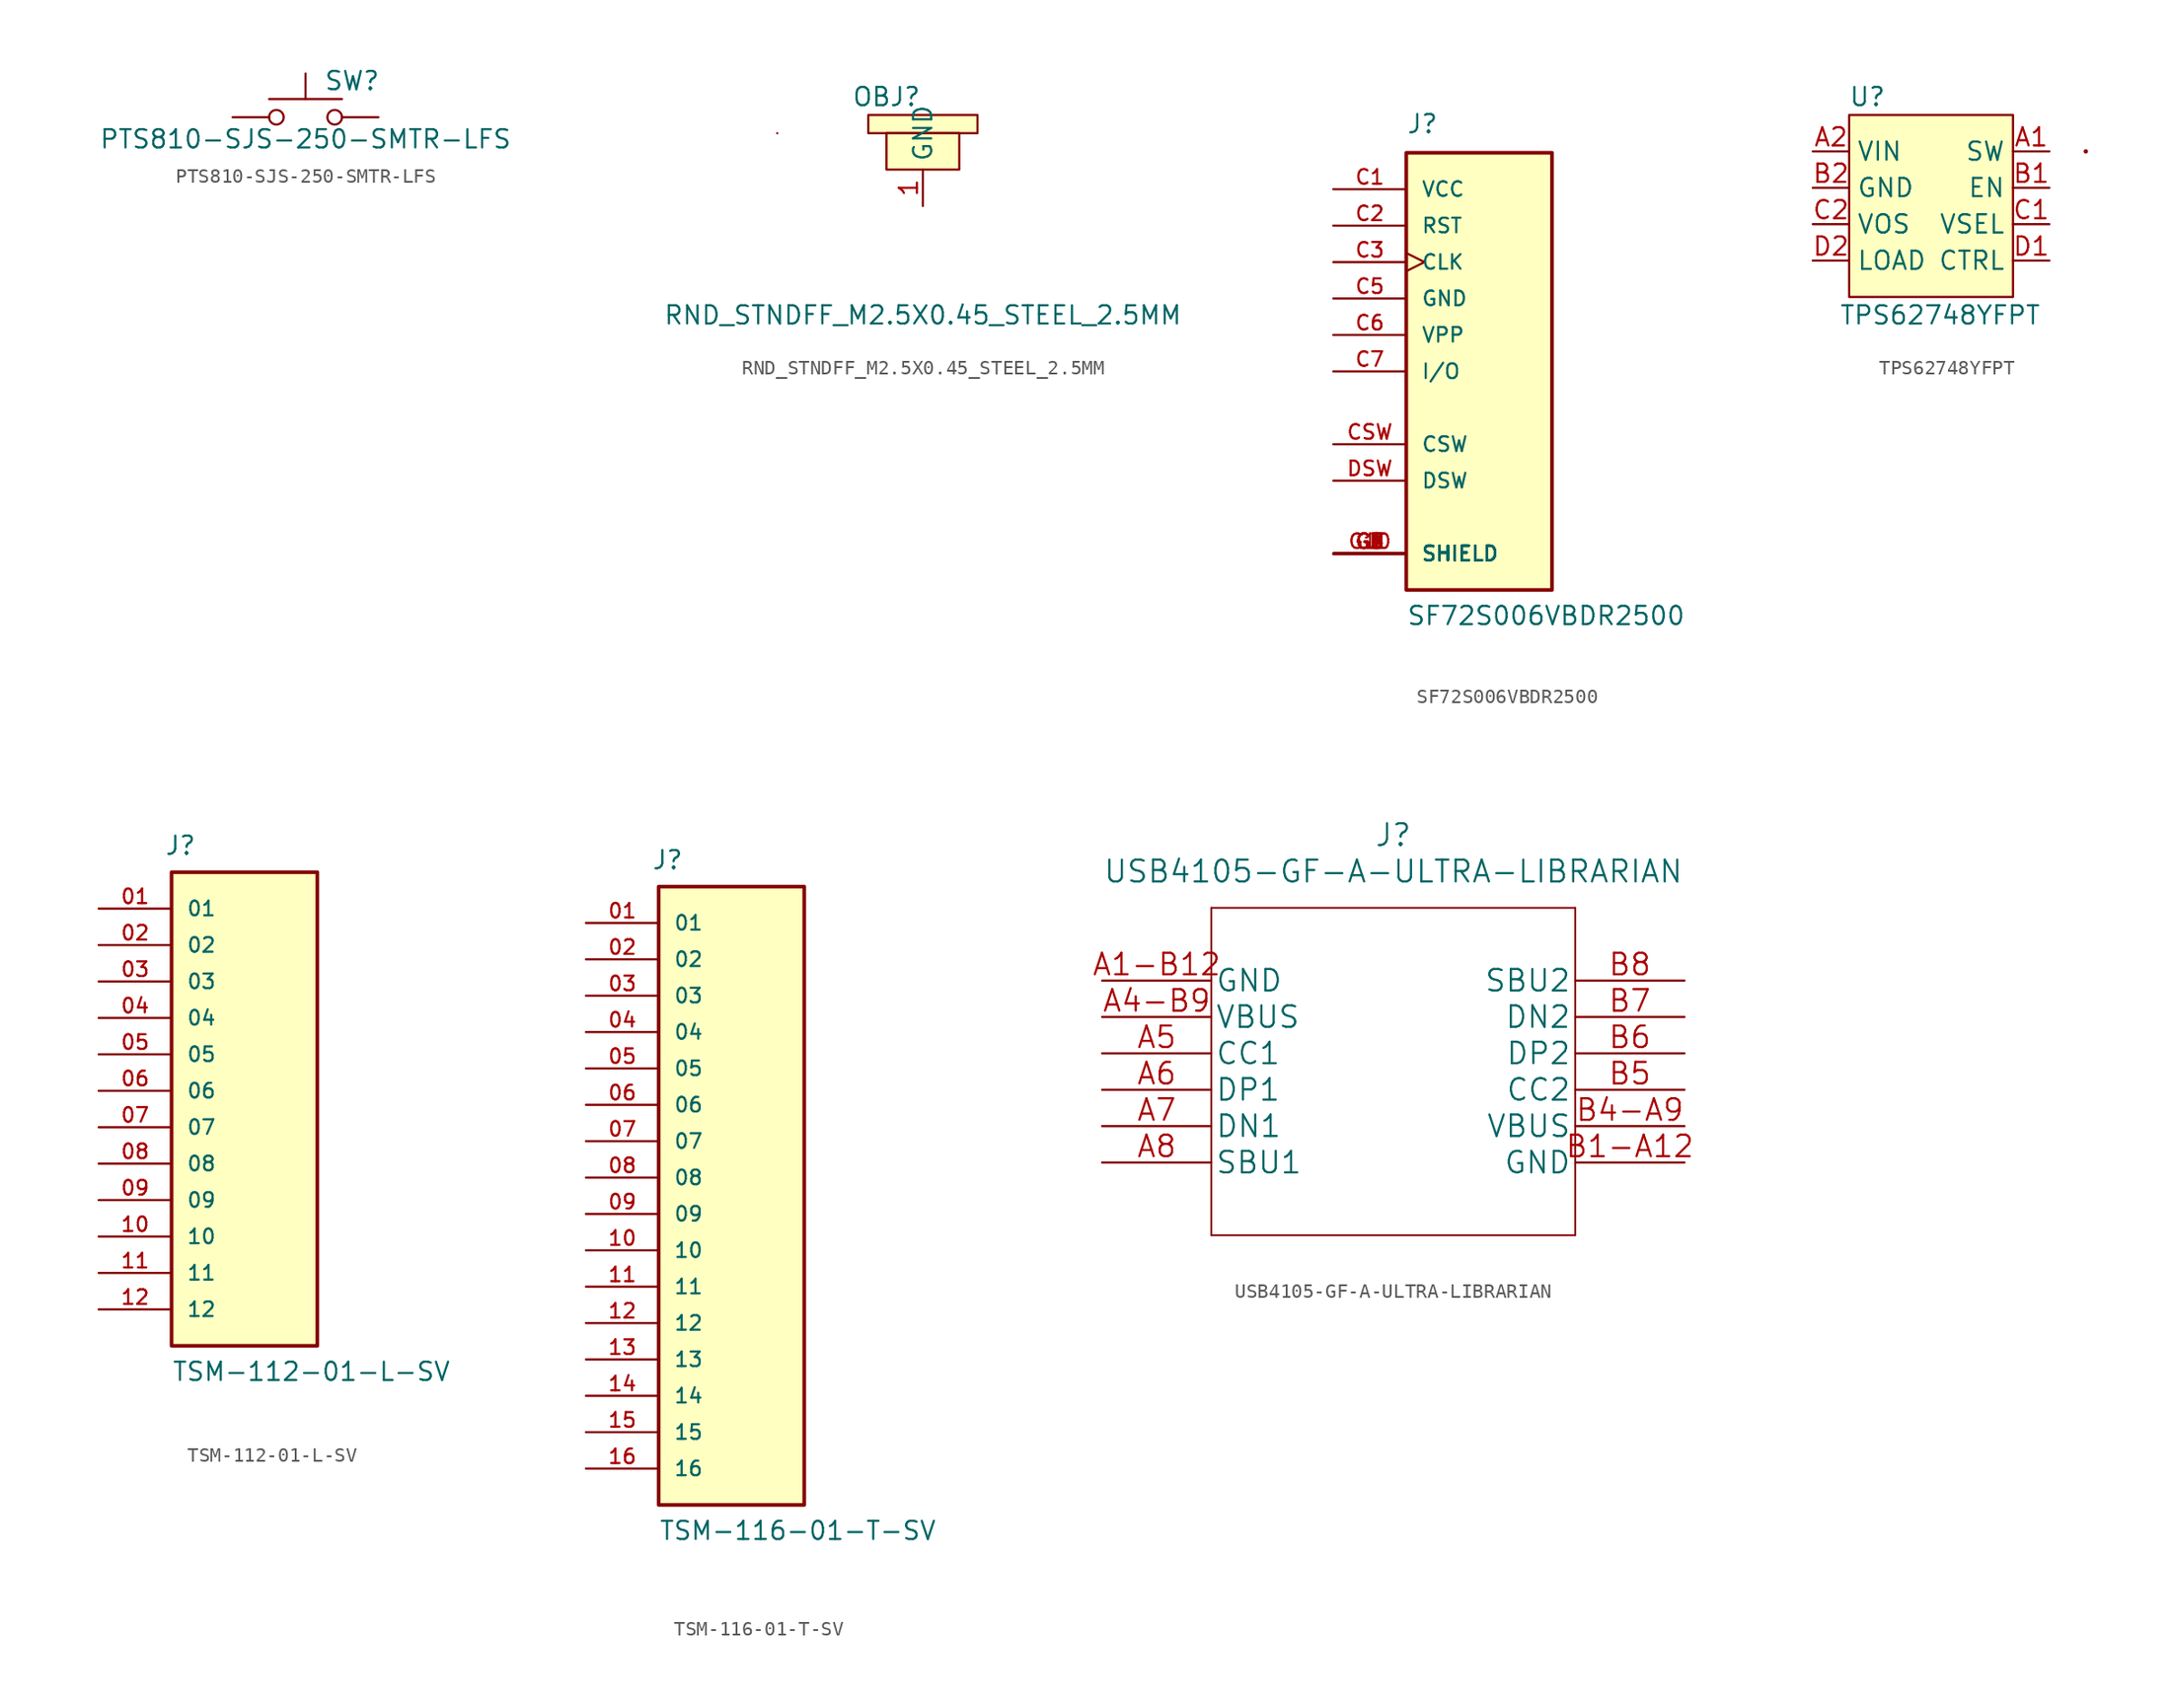
<source format=kicad_sym>
(kicad_symbol_lib
  (version 20211014)
  (generator kicad_symbol_editor)
  (symbol "PTS810-SJS-250-SMTR-LFS"
    (pin_numbers hide)
    (pin_names
      (offset 1.016) hide)
    (property "Reference" "SW"
      (at 1.27 2.54 0)
      (effects (font (size 1.27 1.27)) (justify left)))
    (property "Value" "PTS810-SJS-250-SMTR-LFS"
      (at 0 -1.524 0)
      (effects (font (size 1.27 1.27))))
    (symbol "PTS810-SJS-250-SMTR-LFS_0_1"
      (circle (center -2.032 0) (radius 0.508) (stroke (width 0) (type default) (color 0 0 0 0)) (fill (type none)))
      (polyline (pts (xy 0 1.27) (xy 0 3.048)) (stroke (width 0) (type default) (color 0 0 0 0)) (fill (type none)))
      (polyline (pts (xy 2.54 1.27) (xy -2.54 1.27)) (stroke (width 0) (type default) (color 0 0 0 0)) (fill (type none)))
      (circle (center 2.032 0) (radius 0.508) (stroke (width 0) (type default) (color 0 0 0 0)) (fill (type none)))
      (pin passive line (at -5.08 0 0) (length 2.54) (name "1" (effects (font (size 1.27 1.27)))) (number "1" (effects (font (size 1.27 1.27)))))
      (pin passive line (at -5.08 0 0) (length 2.54) hide (name "2" (effects (font (size 1.27 1.27)))) (number "2" (effects (font (size 1.27 1.27)))))
      (pin passive line (at 5.08 0 180) (length 2.54) (name "3" (effects (font (size 1.27 1.27)))) (number "3" (effects (font (size 1.27 1.27)))))
      (pin passive line (at 5.08 0 180) (length 2.54) hide (name "4" (effects (font (size 1.27 1.27)))) (number "4" (effects (font (size 1.27 1.27)))))))
  (symbol "RND_STNDFF_M2.5X0.45_STEEL_2.5MM"
    (property "Reference" "OBJ"
      (at -2.54 5.08 0)
      (effects (font (size 1.27 1.27))))
    (property "Value" "RND_STNDFF_M2.5X0.45_STEEL_2.5MM"
      (at 0 -10.16 0)
      (effects (font (size 1.27 1.27))))
    (symbol "RND_STNDFF_M2.5X0.45_STEEL_2.5MM_0_1"
      (rectangle (start -10.16 2.54) (end -10.16 2.54) (stroke (width 0) (type default) (color 0 0 0 0)) (fill (type none)))
      (rectangle (start -3.81 3.81) (end 3.81 2.54) (stroke (width 0) (type default) (color 0 0 0 0)) (fill (type background)))
      (rectangle (start -2.54 2.54) (end 2.54 0) (stroke (width 0) (type default) (color 0 0 0 0)) (fill (type background))))
    (symbol "RND_STNDFF_M2.5X0.45_STEEL_2.5MM_1_1"
      (pin passive line (at 0 -2.54 90) (length 2.54) (name "GND" (effects (font (size 1.27 1.27)))) (number "1" (effects (font (size 1.27 1.27)))))))
  (symbol "SF72S006VBDR2500"
    (pin_names
      (offset 1.016))
    (property "Reference" "J"
      (at -5.08 16.51 0)
      (effects (font (size 1.27 1.27)) (justify left bottom)))
    (property "Value" "SF72S006VBDR2500"
      (at -5.08 -17.78 0)
      (effects (font (size 1.27 1.27)) (justify left bottom)))
    (property "ki_locked" ""
      (at 0 0 0)
      (effects (font (size 1.27 1.27))))
    (symbol "SF72S006VBDR2500_0_0"
      (rectangle (start -5.08 -15.24) (end 5.08 15.24) (stroke (width 0.254) (type default) (color 0 0 0 0)) (fill (type background)))
      (pin power_in line (at -10.16 12.7 0) (length 5.08) (name "VCC" (effects (font (size 1.016 1.016)))) (number "C1" (effects (font (size 1.016 1.016)))))
      (pin bidirectional line (at -10.16 10.16 0) (length 5.08) (name "RST" (effects (font (size 1.016 1.016)))) (number "C2" (effects (font (size 1.016 1.016)))))
      (pin bidirectional clock (at -10.16 7.62 0) (length 5.08) (name "CLK" (effects (font (size 1.016 1.016)))) (number "C3" (effects (font (size 1.016 1.016)))))
      (pin power_in line (at -10.16 5.08 0) (length 5.08) (name "GND" (effects (font (size 1.016 1.016)))) (number "C5" (effects (font (size 1.016 1.016)))))
      (pin power_in line (at -10.16 2.54 0) (length 5.08) (name "VPP" (effects (font (size 1.016 1.016)))) (number "C6" (effects (font (size 1.016 1.016)))))
      (pin bidirectional line (at -10.16 0 0) (length 5.08) (name "I/O" (effects (font (size 1.016 1.016)))) (number "C7" (effects (font (size 1.016 1.016)))))
      (pin bidirectional line (at -10.16 -5.08 0) (length 5.08) (name "CSW" (effects (font (size 1.016 1.016)))) (number "CSW" (effects (font (size 1.016 1.016)))))
      (pin bidirectional line (at -10.16 -7.62 0) (length 5.08) (name "DSW" (effects (font (size 1.016 1.016)))) (number "DSW" (effects (font (size 1.016 1.016)))))
      (pin passive line (at -10.16 -12.7 0) (length 5.08) (name "SHIELD" (effects (font (size 1.016 1.016)))) (number "G1" (effects (font (size 1.016 1.016)))))
      (pin passive line (at -10.16 -12.7 0) (length 5.08) (name "SHIELD" (effects (font (size 1.016 1.016)))) (number "G10" (effects (font (size 1.016 1.016)))))
      (pin passive line (at -10.16 -12.7 0) (length 5.08) (name "SHIELD" (effects (font (size 1.016 1.016)))) (number "G2" (effects (font (size 1.016 1.016)))))
      (pin passive line (at -10.16 -12.7 0) (length 5.08) (name "SHIELD" (effects (font (size 1.016 1.016)))) (number "G3" (effects (font (size 1.016 1.016)))))
      (pin passive line (at -10.16 -12.7 0) (length 5.08) (name "SHIELD" (effects (font (size 1.016 1.016)))) (number "G4" (effects (font (size 1.016 1.016)))))
      (pin passive line (at -10.16 -12.7 0) (length 5.08) (name "SHIELD" (effects (font (size 1.016 1.016)))) (number "G5" (effects (font (size 1.016 1.016)))))
      (pin passive line (at -10.16 -12.7 0) (length 5.08) (name "SHIELD" (effects (font (size 1.016 1.016)))) (number "G6" (effects (font (size 1.016 1.016)))))
      (pin passive line (at -10.16 -12.7 0) (length 5.08) (name "SHIELD" (effects (font (size 1.016 1.016)))) (number "G7" (effects (font (size 1.016 1.016)))))
      (pin passive line (at -10.16 -12.7 0) (length 5.08) (name "SHIELD" (effects (font (size 1.016 1.016)))) (number "G8" (effects (font (size 1.016 1.016)))))
      (pin passive line (at -10.16 -12.7 0) (length 5.08) (name "SHIELD" (effects (font (size 1.016 1.016)))) (number "G9" (effects (font (size 1.016 1.016)))))))
  (symbol "TPS62748YFPT"
    (property "Reference" "U"
      (at -5.08 6.35 0)
      (effects (font (size 1.27 1.27))))
    (property "Value" "TPS62748YFPT"
      (at 0 -8.89 0)
      (effects (font (size 1.27 1.27))))
    (symbol "TPS62748YFPT_0_1"
      (rectangle (start -6.35 5.08) (end 5.08 -7.62) (stroke (width 0) (type default) (color 0 0 0 0)) (fill (type background)))
      (rectangle (start 10.16 2.54) (end 10.16 2.54) (stroke (width 0) (type default) (color 0 0 0 0)) (fill (type none)))
      (rectangle (start 10.16 2.54) (end 10.16 2.54) (stroke (width 0) (type default) (color 0 0 0 0)) (fill (type none)))
      (rectangle (start 10.16 2.54) (end 10.16 2.54) (stroke (width 0) (type default) (color 0 0 0 0)) (fill (type none)))
      (rectangle (start 10.16 2.54) (end 10.16 2.54) (stroke (width 0) (type default) (color 0 0 0 0)) (fill (type none)))
      (rectangle (start 10.16 2.54) (end 10.16 2.54) (stroke (width 0) (type default) (color 0 0 0 0)) (fill (type none)))
      (rectangle (start 10.16 2.54) (end 10.16 2.54) (stroke (width 0) (type default) (color 0 0 0 0)) (fill (type none)))
      (rectangle (start 10.16 2.54) (end 10.16 2.54) (stroke (width 0) (type default) (color 0 0 0 0)) (fill (type none)))
      (rectangle (start 10.16 2.54) (end 10.16 2.54) (stroke (width 0) (type default) (color 0 0 0 0)) (fill (type none)))
      (rectangle (start 10.16 2.54) (end 10.16 2.54) (stroke (width 0) (type default) (color 0 0 0 0)) (fill (type none)))
      (rectangle (start 10.16 2.54) (end 10.16 2.54) (stroke (width 0) (type default) (color 0 0 0 0)) (fill (type none)))
      (rectangle (start 10.16 2.54) (end 10.16 2.54) (stroke (width 0) (type default) (color 0 0 0 0)) (fill (type none)))
      (rectangle (start 10.16 2.54) (end 10.16 2.54) (stroke (width 0) (type default) (color 0 0 0 0)) (fill (type none)))
      (rectangle (start 10.16 2.54) (end 10.16 2.54) (stroke (width 0) (type default) (color 0 0 0 0)) (fill (type none)))
      (circle (center 10.16 2.54) (radius 0.0001) (stroke (width 0) (type default) (color 0 0 0 0)) (fill (type none))))
    (symbol "TPS62748YFPT_1_1"
      (pin input line (at 7.62 2.54 180) (length 2.54) (name "SW" (effects (font (size 1.27 1.27)))) (number "A1" (effects (font (size 1.27 1.27)))))
      (pin input line (at -8.89 2.54 0) (length 2.54) (name "VIN" (effects (font (size 1.27 1.27)))) (number "A2" (effects (font (size 1.27 1.27)))))
      (pin input line (at 7.62 0 180) (length 2.54) (name "EN" (effects (font (size 1.27 1.27)))) (number "B1" (effects (font (size 1.27 1.27)))))
      (pin input line (at -8.89 0 0) (length 2.54) (name "GND" (effects (font (size 1.27 1.27)))) (number "B2" (effects (font (size 1.27 1.27)))))
      (pin input line (at 7.62 -2.54 180) (length 2.54) (name "VSEL" (effects (font (size 1.27 1.27)))) (number "C1" (effects (font (size 1.27 1.27)))))
      (pin input line (at -8.89 -2.54 0) (length 2.54) (name "VOS" (effects (font (size 1.27 1.27)))) (number "C2" (effects (font (size 1.27 1.27)))))
      (pin input line (at 7.62 -5.08 180) (length 2.54) (name "CTRL" (effects (font (size 1.27 1.27)))) (number "D1" (effects (font (size 1.27 1.27)))))
      (pin input line (at -8.89 -5.08 0) (length 2.54) (name "LOAD" (effects (font (size 1.27 1.27)))) (number "D2" (effects (font (size 1.27 1.27)))))))
  (symbol "TSM-112-01-L-SV"
    (pin_names
      (offset 1.016))
    (property "Reference" "J"
      (at -5.588 16.358 0)
      (effects (font (size 1.27 1.27)) (justify left bottom)))
    (property "Value" "TSM-112-01-L-SV"
      (at -5.08 -20.32 0)
      (effects (font (size 1.27 1.27)) (justify left bottom)))
    (symbol "TSM-112-01-L-SV_0_0"
      (rectangle (start -5.08 -17.78) (end 5.08 15.24) (stroke (width 0.254) (type default) (color 0 0 0 0)) (fill (type background)))
      (pin passive line (at -10.16 12.7 0) (length 5.08) (name "01" (effects (font (size 1.016 1.016)))) (number "01" (effects (font (size 1.016 1.016)))))
      (pin passive line (at -10.16 10.16 0) (length 5.08) (name "02" (effects (font (size 1.016 1.016)))) (number "02" (effects (font (size 1.016 1.016)))))
      (pin passive line (at -10.16 7.62 0) (length 5.08) (name "03" (effects (font (size 1.016 1.016)))) (number "03" (effects (font (size 1.016 1.016)))))
      (pin passive line (at -10.16 5.08 0) (length 5.08) (name "04" (effects (font (size 1.016 1.016)))) (number "04" (effects (font (size 1.016 1.016)))))
      (pin passive line (at -10.16 2.54 0) (length 5.08) (name "05" (effects (font (size 1.016 1.016)))) (number "05" (effects (font (size 1.016 1.016)))))
      (pin passive line (at -10.16 0 0) (length 5.08) (name "06" (effects (font (size 1.016 1.016)))) (number "06" (effects (font (size 1.016 1.016)))))
      (pin passive line (at -10.16 -2.54 0) (length 5.08) (name "07" (effects (font (size 1.016 1.016)))) (number "07" (effects (font (size 1.016 1.016)))))
      (pin passive line (at -10.16 -5.08 0) (length 5.08) (name "08" (effects (font (size 1.016 1.016)))) (number "08" (effects (font (size 1.016 1.016)))))
      (pin passive line (at -10.16 -7.62 0) (length 5.08) (name "09" (effects (font (size 1.016 1.016)))) (number "09" (effects (font (size 1.016 1.016)))))
      (pin passive line (at -10.16 -10.16 0) (length 5.08) (name "10" (effects (font (size 1.016 1.016)))) (number "10" (effects (font (size 1.016 1.016)))))
      (pin passive line (at -10.16 -12.7 0) (length 5.08) (name "11" (effects (font (size 1.016 1.016)))) (number "11" (effects (font (size 1.016 1.016)))))
      (pin passive line (at -10.16 -15.24 0) (length 5.08) (name "12" (effects (font (size 1.016 1.016)))) (number "12" (effects (font (size 1.016 1.016)))))))
  (symbol "TSM-116-01-T-SV"
    (pin_names
      (offset 1.016))
    (property "Reference" "J"
      (at -5.588 21.438 0)
      (effects (font (size 1.27 1.27)) (justify left bottom)))
    (property "Value" "TSM-116-01-T-SV"
      (at -5.08 -25.4 0)
      (effects (font (size 1.27 1.27)) (justify left bottom)))
    (symbol "TSM-116-01-T-SV_0_0"
      (rectangle (start -5.08 -22.86) (end 5.08 20.32) (stroke (width 0.254) (type default) (color 0 0 0 0)) (fill (type background)))
      (pin passive line (at -10.16 17.78 0) (length 5.08) (name "01" (effects (font (size 1.016 1.016)))) (number "01" (effects (font (size 1.016 1.016)))))
      (pin passive line (at -10.16 15.24 0) (length 5.08) (name "02" (effects (font (size 1.016 1.016)))) (number "02" (effects (font (size 1.016 1.016)))))
      (pin passive line (at -10.16 12.7 0) (length 5.08) (name "03" (effects (font (size 1.016 1.016)))) (number "03" (effects (font (size 1.016 1.016)))))
      (pin passive line (at -10.16 10.16 0) (length 5.08) (name "04" (effects (font (size 1.016 1.016)))) (number "04" (effects (font (size 1.016 1.016)))))
      (pin passive line (at -10.16 7.62 0) (length 5.08) (name "05" (effects (font (size 1.016 1.016)))) (number "05" (effects (font (size 1.016 1.016)))))
      (pin passive line (at -10.16 5.08 0) (length 5.08) (name "06" (effects (font (size 1.016 1.016)))) (number "06" (effects (font (size 1.016 1.016)))))
      (pin passive line (at -10.16 2.54 0) (length 5.08) (name "07" (effects (font (size 1.016 1.016)))) (number "07" (effects (font (size 1.016 1.016)))))
      (pin passive line (at -10.16 0 0) (length 5.08) (name "08" (effects (font (size 1.016 1.016)))) (number "08" (effects (font (size 1.016 1.016)))))
      (pin passive line (at -10.16 -2.54 0) (length 5.08) (name "09" (effects (font (size 1.016 1.016)))) (number "09" (effects (font (size 1.016 1.016)))))
      (pin passive line (at -10.16 -5.08 0) (length 5.08) (name "10" (effects (font (size 1.016 1.016)))) (number "10" (effects (font (size 1.016 1.016)))))
      (pin passive line (at -10.16 -7.62 0) (length 5.08) (name "11" (effects (font (size 1.016 1.016)))) (number "11" (effects (font (size 1.016 1.016)))))
      (pin passive line (at -10.16 -10.16 0) (length 5.08) (name "12" (effects (font (size 1.016 1.016)))) (number "12" (effects (font (size 1.016 1.016)))))
      (pin passive line (at -10.16 -12.7 0) (length 5.08) (name "13" (effects (font (size 1.016 1.016)))) (number "13" (effects (font (size 1.016 1.016)))))
      (pin passive line (at -10.16 -15.24 0) (length 5.08) (name "14" (effects (font (size 1.016 1.016)))) (number "14" (effects (font (size 1.016 1.016)))))
      (pin passive line (at -10.16 -17.78 0) (length 5.08) (name "15" (effects (font (size 1.016 1.016)))) (number "15" (effects (font (size 1.016 1.016)))))
      (pin passive line (at -10.16 -20.32 0) (length 5.08) (name "16" (effects (font (size 1.016 1.016)))) (number "16" (effects (font (size 1.016 1.016)))))))
  (symbol "USB4105-GF-A-ULTRA-LIBRARIAN"
    (pin_names
      (offset 0.254))
    (property "Reference" "J"
      (at 20.32 10.16 0)
      (effects (font (size 1.524 1.524))))
    (property "Value" "USB4105-GF-A-ULTRA-LIBRARIAN"
      (at 20.32 7.62 0)
      (effects (font (size 1.524 1.524))))
    (property "Datasheet" ""
      (at 0 0 0)
      (effects (font (size 1.524 1.524))))
    (symbol "USB4105-GF-A-ULTRA-LIBRARIAN_1_1"
      (polyline (pts (xy 7.62 -17.78) (xy 33.02 -17.78)) (stroke (width 0.127) (type default) (color 0 0 0 0)) (fill (type none)))
      (polyline (pts (xy 7.62 5.08) (xy 7.62 -17.78)) (stroke (width 0.127) (type default) (color 0 0 0 0)) (fill (type none)))
      (polyline (pts (xy 33.02 -17.78) (xy 33.02 5.08)) (stroke (width 0.127) (type default) (color 0 0 0 0)) (fill (type none)))
      (polyline (pts (xy 33.02 5.08) (xy 7.62 5.08)) (stroke (width 0.127) (type default) (color 0 0 0 0)) (fill (type none)))
      (pin power_in line (at 0 0 0) (length 7.62) (name "GND" (effects (font (size 1.499 1.499)))) (number "A1-B12" (effects (font (size 1.499 1.499)))))
      (pin power_in line (at 0 -2.54 0) (length 7.62) (name "VBUS" (effects (font (size 1.499 1.499)))) (number "A4-B9" (effects (font (size 1.499 1.499)))))
      (pin bidirectional line (at 0 -5.08 0) (length 7.62) (name "CC1" (effects (font (size 1.499 1.499)))) (number "A5" (effects (font (size 1.499 1.499)))))
      (pin bidirectional line (at 0 -7.62 0) (length 7.62) (name "DP1" (effects (font (size 1.499 1.499)))) (number "A6" (effects (font (size 1.499 1.499)))))
      (pin bidirectional line (at 0 -10.16 0) (length 7.62) (name "DN1" (effects (font (size 1.499 1.499)))) (number "A7" (effects (font (size 1.499 1.499)))))
      (pin bidirectional line (at 0 -12.7 0) (length 7.62) (name "SBU1" (effects (font (size 1.499 1.499)))) (number "A8" (effects (font (size 1.499 1.499)))))
      (pin power_in line (at 40.64 -12.7 180) (length 7.62) (name "GND" (effects (font (size 1.499 1.499)))) (number "B1-A12" (effects (font (size 1.499 1.499)))))
      (pin power_in line (at 40.64 -10.16 180) (length 7.62) (name "VBUS" (effects (font (size 1.499 1.499)))) (number "B4-A9" (effects (font (size 1.499 1.499)))))
      (pin bidirectional line (at 40.64 -7.62 180) (length 7.62) (name "CC2" (effects (font (size 1.499 1.499)))) (number "B5" (effects (font (size 1.499 1.499)))))
      (pin bidirectional line (at 40.64 -5.08 180) (length 7.62) (name "DP2" (effects (font (size 1.499 1.499)))) (number "B6" (effects (font (size 1.499 1.499)))))
      (pin bidirectional line (at 40.64 -2.54 180) (length 7.62) (name "DN2" (effects (font (size 1.499 1.499)))) (number "B7" (effects (font (size 1.499 1.499)))))
      (pin bidirectional line (at 40.64 0 180) (length 7.62) (name "SBU2" (effects (font (size 1.499 1.499)))) (number "B8" (effects (font (size 1.499 1.499))))))))
</source>
